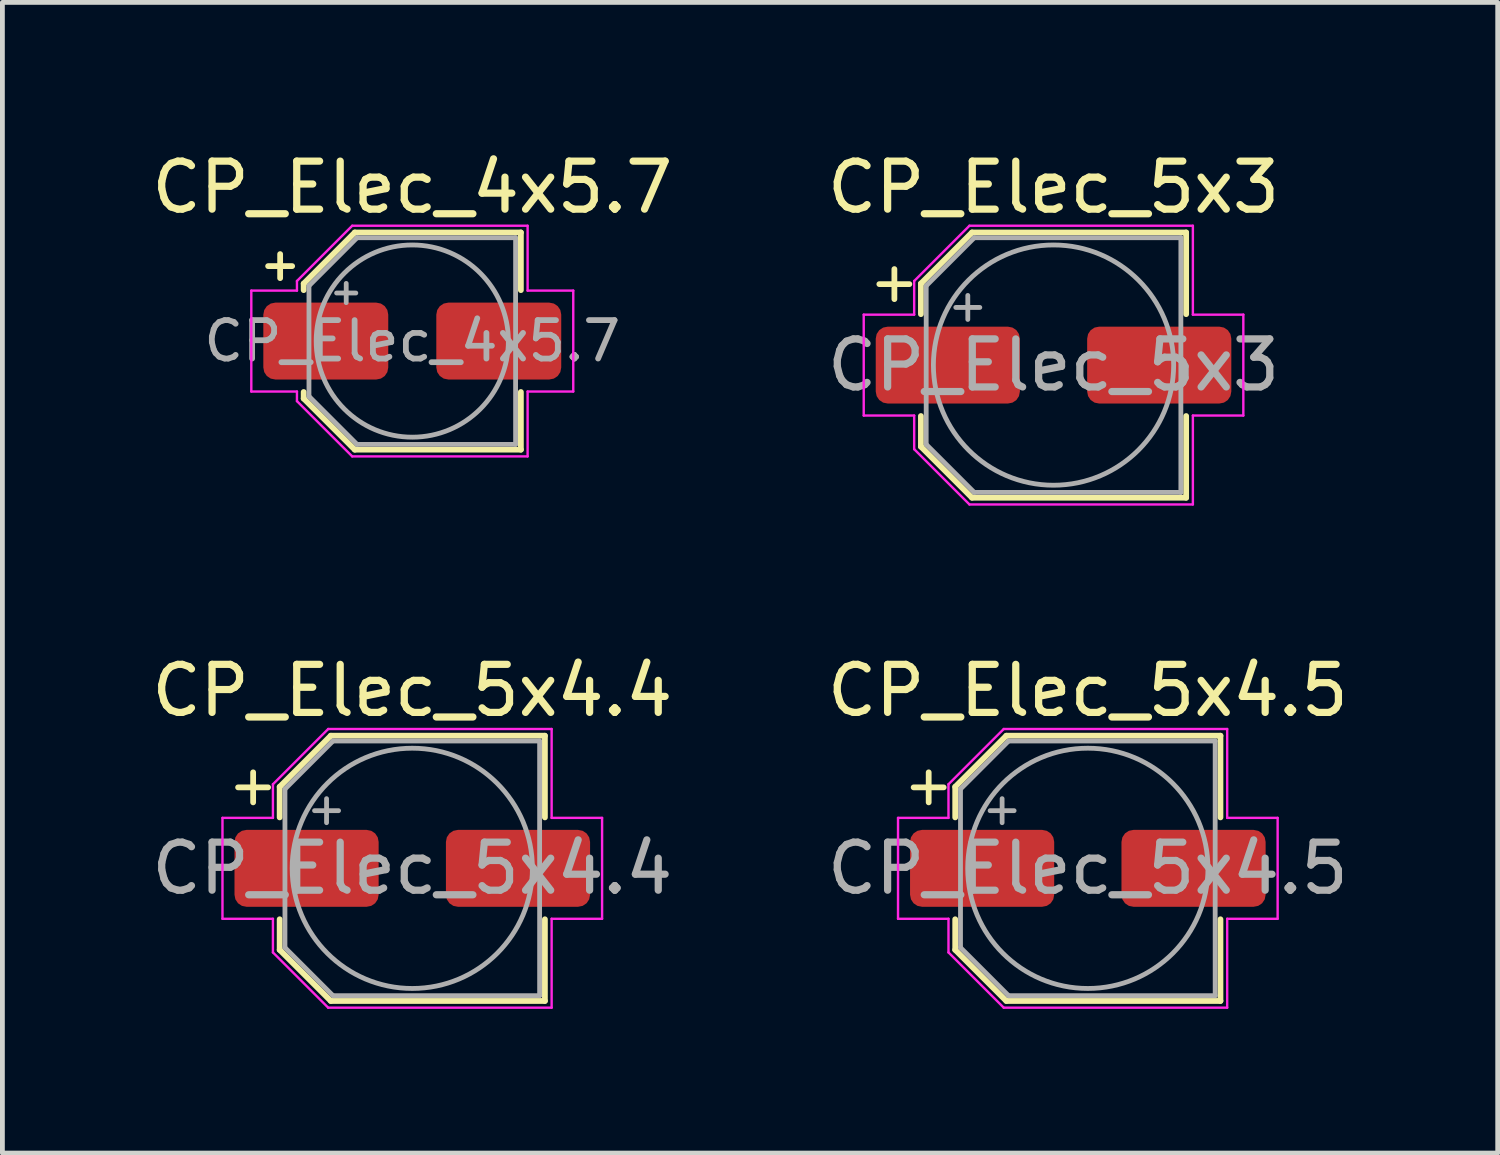
<source format=kicad_pcb>
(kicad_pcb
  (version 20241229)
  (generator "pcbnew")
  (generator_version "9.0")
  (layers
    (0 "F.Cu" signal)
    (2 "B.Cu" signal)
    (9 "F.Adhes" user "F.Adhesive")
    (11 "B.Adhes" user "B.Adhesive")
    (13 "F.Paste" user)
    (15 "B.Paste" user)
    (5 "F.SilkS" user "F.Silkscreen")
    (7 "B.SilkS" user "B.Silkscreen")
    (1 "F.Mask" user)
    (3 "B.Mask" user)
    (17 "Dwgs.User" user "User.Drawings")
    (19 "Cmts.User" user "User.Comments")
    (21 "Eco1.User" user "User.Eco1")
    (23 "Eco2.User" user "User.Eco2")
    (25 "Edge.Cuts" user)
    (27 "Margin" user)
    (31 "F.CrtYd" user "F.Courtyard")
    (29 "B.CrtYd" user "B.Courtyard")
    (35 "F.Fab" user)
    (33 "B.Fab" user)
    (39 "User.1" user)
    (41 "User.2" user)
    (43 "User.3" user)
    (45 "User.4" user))
  (footprint "CP_Elec_5x4.5"
    (layer "F.Cu")
    (at 19.589 15.021)
    (property "Reference" "CP_Elec_5x4.5" (at 0 -3.7 0) (layer "F.SilkS") (effects (font (size 1 1) (thickness 0.15))))
    (attr smd)
    (fp_line (start -3.625 -1.685) (end -3 -1.685) (stroke (width 0.12) (type solid)) (layer "F.SilkS"))
    (fp_line (start -3.312 -1.998) (end -3.312 -1.373) (stroke (width 0.12) (type solid)) (layer "F.SilkS"))
    (fp_line (start -2.76 -1.696) (end -2.76 -1.06) (stroke (width 0.12) (type solid)) (layer "F.SilkS"))
    (fp_line (start -2.76 -1.696) (end -1.696 -2.76) (stroke (width 0.12) (type solid)) (layer "F.SilkS"))
    (fp_line (start -2.76 1.696) (end -2.76 1.06) (stroke (width 0.12) (type solid)) (layer "F.SilkS"))
    (fp_line (start -2.76 1.696) (end -1.696 2.76) (stroke (width 0.12) (type solid)) (layer "F.SilkS"))
    (fp_line (start -1.696 -2.76) (end 2.76 -2.76) (stroke (width 0.12) (type solid)) (layer "F.SilkS"))
    (fp_line (start -1.696 2.76) (end 2.76 2.76) (stroke (width 0.12) (type solid)) (layer "F.SilkS"))
    (fp_line (start 2.76 -2.76) (end 2.76 -1.06) (stroke (width 0.12) (type solid)) (layer "F.SilkS"))
    (fp_line (start 2.76 2.76) (end 2.76 1.06) (stroke (width 0.12) (type solid)) (layer "F.SilkS"))
    (fp_line (start -3.95 -1.05) (end -3.95 1.05) (stroke (width 0.05) (type solid)) (layer "F.CrtYd"))
    (fp_line (start -3.95 1.05) (end -2.9 1.05) (stroke (width 0.05) (type solid)) (layer "F.CrtYd"))
    (fp_line (start -2.9 -1.75) (end -2.9 -1.05) (stroke (width 0.05) (type solid)) (layer "F.CrtYd"))
    (fp_line (start -2.9 -1.75) (end -1.75 -2.9) (stroke (width 0.05) (type solid)) (layer "F.CrtYd"))
    (fp_line (start -2.9 -1.05) (end -3.95 -1.05) (stroke (width 0.05) (type solid)) (layer "F.CrtYd"))
    (fp_line (start -2.9 1.05) (end -2.9 1.75) (stroke (width 0.05) (type solid)) (layer "F.CrtYd"))
    (fp_line (start -2.9 1.75) (end -1.75 2.9) (stroke (width 0.05) (type solid)) (layer "F.CrtYd"))
    (fp_line (start -1.75 -2.9) (end 2.9 -2.9) (stroke (width 0.05) (type solid)) (layer "F.CrtYd"))
    (fp_line (start -1.75 2.9) (end 2.9 2.9) (stroke (width 0.05) (type solid)) (layer "F.CrtYd"))
    (fp_line (start 2.9 -2.9) (end 2.9 -1.05) (stroke (width 0.05) (type solid)) (layer "F.CrtYd"))
    (fp_line (start 2.9 -1.05) (end 3.95 -1.05) (stroke (width 0.05) (type solid)) (layer "F.CrtYd"))
    (fp_line (start 2.9 1.05) (end 2.9 2.9) (stroke (width 0.05) (type solid)) (layer "F.CrtYd"))
    (fp_line (start 3.95 -1.05) (end 3.95 1.05) (stroke (width 0.05) (type solid)) (layer "F.CrtYd"))
    (fp_line (start 3.95 1.05) (end 2.9 1.05) (stroke (width 0.05) (type solid)) (layer "F.CrtYd"))
    (fp_line (start -2.65 -1.65) (end -2.65 1.65) (stroke (width 0.1) (type solid)) (layer "F.Fab"))
    (fp_line (start -2.65 -1.65) (end -1.65 -2.65) (stroke (width 0.1) (type solid)) (layer "F.Fab"))
    (fp_line (start -2.65 1.65) (end -1.65 2.65) (stroke (width 0.1) (type solid)) (layer "F.Fab"))
    (fp_line (start -2.034 -1.2) (end -1.534 -1.2) (stroke (width 0.1) (type solid)) (layer "F.Fab"))
    (fp_line (start -1.784 -1.45) (end -1.784 -0.95) (stroke (width 0.1) (type solid)) (layer "F.Fab"))
    (fp_line (start -1.65 -2.65) (end 2.65 -2.65) (stroke (width 0.1) (type solid)) (layer "F.Fab"))
    (fp_line (start -1.65 2.65) (end 2.65 2.65) (stroke (width 0.1) (type solid)) (layer "F.Fab"))
    (fp_line (start 2.65 -2.65) (end 2.65 2.65) (stroke (width 0.1) (type solid)) (layer "F.Fab"))
    (fp_circle (center 0 0) (end 2.5 0) (stroke (width 0.1) (type solid)) (fill no) (layer "F.Fab"))
    (fp_text user "${REFERENCE}" (at 0 0 0) (layer "F.Fab") (effects (font (size 1 1) (thickness 0.15))))
    (pad "1" smd roundrect (at -2.2 0) (size 3 1.6) (layers "F.Cu" "F.Mask" "F.Paste") (roundrect_rratio 0.156))
    (pad "2" smd roundrect (at 2.2 0) (size 3 1.6) (layers "F.Cu" "F.Mask" "F.Paste") (roundrect_rratio 0.156)))
  (footprint "CP_Elec_5x3"
    (layer "F.Cu")
    (at 18.875 4.548)
    (property "Reference" "CP_Elec_5x3" (at 0 -3.7 0) (layer "F.SilkS") (effects (font (size 1 1) (thickness 0.15))))
    (attr smd)
    (fp_line (start -3.625 -1.685) (end -3 -1.685) (stroke (width 0.12) (type solid)) (layer "F.SilkS"))
    (fp_line (start -3.312 -1.998) (end -3.312 -1.373) (stroke (width 0.12) (type solid)) (layer "F.SilkS"))
    (fp_line (start -2.76 -1.696) (end -2.76 -1.06) (stroke (width 0.12) (type solid)) (layer "F.SilkS"))
    (fp_line (start -2.76 -1.696) (end -1.696 -2.76) (stroke (width 0.12) (type solid)) (layer "F.SilkS"))
    (fp_line (start -2.76 1.696) (end -2.76 1.06) (stroke (width 0.12) (type solid)) (layer "F.SilkS"))
    (fp_line (start -2.76 1.696) (end -1.696 2.76) (stroke (width 0.12) (type solid)) (layer "F.SilkS"))
    (fp_line (start -1.696 -2.76) (end 2.76 -2.76) (stroke (width 0.12) (type solid)) (layer "F.SilkS"))
    (fp_line (start -1.696 2.76) (end 2.76 2.76) (stroke (width 0.12) (type solid)) (layer "F.SilkS"))
    (fp_line (start 2.76 -2.76) (end 2.76 -1.06) (stroke (width 0.12) (type solid)) (layer "F.SilkS"))
    (fp_line (start 2.76 2.76) (end 2.76 1.06) (stroke (width 0.12) (type solid)) (layer "F.SilkS"))
    (fp_line (start -3.95 -1.05) (end -3.95 1.05) (stroke (width 0.05) (type solid)) (layer "F.CrtYd"))
    (fp_line (start -3.95 1.05) (end -2.9 1.05) (stroke (width 0.05) (type solid)) (layer "F.CrtYd"))
    (fp_line (start -2.9 -1.75) (end -2.9 -1.05) (stroke (width 0.05) (type solid)) (layer "F.CrtYd"))
    (fp_line (start -2.9 -1.75) (end -1.75 -2.9) (stroke (width 0.05) (type solid)) (layer "F.CrtYd"))
    (fp_line (start -2.9 -1.05) (end -3.95 -1.05) (stroke (width 0.05) (type solid)) (layer "F.CrtYd"))
    (fp_line (start -2.9 1.05) (end -2.9 1.75) (stroke (width 0.05) (type solid)) (layer "F.CrtYd"))
    (fp_line (start -2.9 1.75) (end -1.75 2.9) (stroke (width 0.05) (type solid)) (layer "F.CrtYd"))
    (fp_line (start -1.75 -2.9) (end 2.9 -2.9) (stroke (width 0.05) (type solid)) (layer "F.CrtYd"))
    (fp_line (start -1.75 2.9) (end 2.9 2.9) (stroke (width 0.05) (type solid)) (layer "F.CrtYd"))
    (fp_line (start 2.9 -2.9) (end 2.9 -1.05) (stroke (width 0.05) (type solid)) (layer "F.CrtYd"))
    (fp_line (start 2.9 -1.05) (end 3.95 -1.05) (stroke (width 0.05) (type solid)) (layer "F.CrtYd"))
    (fp_line (start 2.9 1.05) (end 2.9 2.9) (stroke (width 0.05) (type solid)) (layer "F.CrtYd"))
    (fp_line (start 3.95 -1.05) (end 3.95 1.05) (stroke (width 0.05) (type solid)) (layer "F.CrtYd"))
    (fp_line (start 3.95 1.05) (end 2.9 1.05) (stroke (width 0.05) (type solid)) (layer "F.CrtYd"))
    (fp_line (start -2.65 -1.65) (end -2.65 1.65) (stroke (width 0.1) (type solid)) (layer "F.Fab"))
    (fp_line (start -2.65 -1.65) (end -1.65 -2.65) (stroke (width 0.1) (type solid)) (layer "F.Fab"))
    (fp_line (start -2.65 1.65) (end -1.65 2.65) (stroke (width 0.1) (type solid)) (layer "F.Fab"))
    (fp_line (start -2.034 -1.2) (end -1.534 -1.2) (stroke (width 0.1) (type solid)) (layer "F.Fab"))
    (fp_line (start -1.784 -1.45) (end -1.784 -0.95) (stroke (width 0.1) (type solid)) (layer "F.Fab"))
    (fp_line (start -1.65 -2.65) (end 2.65 -2.65) (stroke (width 0.1) (type solid)) (layer "F.Fab"))
    (fp_line (start -1.65 2.65) (end 2.65 2.65) (stroke (width 0.1) (type solid)) (layer "F.Fab"))
    (fp_line (start 2.65 -2.65) (end 2.65 2.65) (stroke (width 0.1) (type solid)) (layer "F.Fab"))
    (fp_circle (center 0 0) (end 2.5 0) (stroke (width 0.1) (type solid)) (fill no) (layer "F.Fab"))
    (fp_text user "${REFERENCE}" (at 0 0 0) (layer "F.Fab") (effects (font (size 1 1) (thickness 0.15))))
    (pad "1" smd roundrect (at -2.2 0) (size 3 1.6) (layers "F.Cu" "F.Mask" "F.Paste") (roundrect_rratio 0.156))
    (pad "2" smd roundrect (at 2.2 0) (size 3 1.6) (layers "F.Cu" "F.Mask" "F.Paste") (roundrect_rratio 0.156)))
  (footprint "CP_Elec_4x5.7"
    (layer "F.Cu")
    (at 5.53 4.048)
    (property "Reference" "CP_Elec_4x5.7" (at 0 -3.2 0) (layer "F.SilkS") (effects (font (size 1 1) (thickness 0.15))))
    (attr smd)
    (fp_line (start -3 -1.56) (end -2.5 -1.56) (stroke (width 0.12) (type solid)) (layer "F.SilkS"))
    (fp_line (start -2.75 -1.81) (end -2.75 -1.31) (stroke (width 0.12) (type solid)) (layer "F.SilkS"))
    (fp_line (start -2.26 -1.196) (end -2.26 -1.06) (stroke (width 0.12) (type solid)) (layer "F.SilkS"))
    (fp_line (start -2.26 -1.196) (end -1.196 -2.26) (stroke (width 0.12) (type solid)) (layer "F.SilkS"))
    (fp_line (start -2.26 1.196) (end -2.26 1.06) (stroke (width 0.12) (type solid)) (layer "F.SilkS"))
    (fp_line (start -2.26 1.196) (end -1.196 2.26) (stroke (width 0.12) (type solid)) (layer "F.SilkS"))
    (fp_line (start -1.196 -2.26) (end 2.26 -2.26) (stroke (width 0.12) (type solid)) (layer "F.SilkS"))
    (fp_line (start -1.196 2.26) (end 2.26 2.26) (stroke (width 0.12) (type solid)) (layer "F.SilkS"))
    (fp_line (start 2.26 -2.26) (end 2.26 -1.06) (stroke (width 0.12) (type solid)) (layer "F.SilkS"))
    (fp_line (start 2.26 2.26) (end 2.26 1.06) (stroke (width 0.12) (type solid)) (layer "F.SilkS"))
    (fp_line (start -3.35 -1.05) (end -3.35 1.05) (stroke (width 0.05) (type solid)) (layer "F.CrtYd"))
    (fp_line (start -3.35 1.05) (end -2.4 1.05) (stroke (width 0.05) (type solid)) (layer "F.CrtYd"))
    (fp_line (start -2.4 -1.25) (end -2.4 -1.05) (stroke (width 0.05) (type solid)) (layer "F.CrtYd"))
    (fp_line (start -2.4 -1.25) (end -1.25 -2.4) (stroke (width 0.05) (type solid)) (layer "F.CrtYd"))
    (fp_line (start -2.4 -1.05) (end -3.35 -1.05) (stroke (width 0.05) (type solid)) (layer "F.CrtYd"))
    (fp_line (start -2.4 1.05) (end -2.4 1.25) (stroke (width 0.05) (type solid)) (layer "F.CrtYd"))
    (fp_line (start -2.4 1.25) (end -1.25 2.4) (stroke (width 0.05) (type solid)) (layer "F.CrtYd"))
    (fp_line (start -1.25 -2.4) (end 2.4 -2.4) (stroke (width 0.05) (type solid)) (layer "F.CrtYd"))
    (fp_line (start -1.25 2.4) (end 2.4 2.4) (stroke (width 0.05) (type solid)) (layer "F.CrtYd"))
    (fp_line (start 2.4 -2.4) (end 2.4 -1.05) (stroke (width 0.05) (type solid)) (layer "F.CrtYd"))
    (fp_line (start 2.4 -1.05) (end 3.35 -1.05) (stroke (width 0.05) (type solid)) (layer "F.CrtYd"))
    (fp_line (start 2.4 1.05) (end 2.4 2.4) (stroke (width 0.05) (type solid)) (layer "F.CrtYd"))
    (fp_line (start 3.35 -1.05) (end 3.35 1.05) (stroke (width 0.05) (type solid)) (layer "F.CrtYd"))
    (fp_line (start 3.35 1.05) (end 2.4 1.05) (stroke (width 0.05) (type solid)) (layer "F.CrtYd"))
    (fp_line (start -2.15 -1.15) (end -2.15 1.15) (stroke (width 0.1) (type solid)) (layer "F.Fab"))
    (fp_line (start -2.15 -1.15) (end -1.15 -2.15) (stroke (width 0.1) (type solid)) (layer "F.Fab"))
    (fp_line (start -2.15 1.15) (end -1.15 2.15) (stroke (width 0.1) (type solid)) (layer "F.Fab"))
    (fp_line (start -1.575 -1) (end -1.175 -1) (stroke (width 0.1) (type solid)) (layer "F.Fab"))
    (fp_line (start -1.375 -1.2) (end -1.375 -0.8) (stroke (width 0.1) (type solid)) (layer "F.Fab"))
    (fp_line (start -1.15 -2.15) (end 2.15 -2.15) (stroke (width 0.1) (type solid)) (layer "F.Fab"))
    (fp_line (start -1.15 2.15) (end 2.15 2.15) (stroke (width 0.1) (type solid)) (layer "F.Fab"))
    (fp_line (start 2.15 -2.15) (end 2.15 2.15) (stroke (width 0.1) (type solid)) (layer "F.Fab"))
    (fp_circle (center 0 0) (end 2 0) (stroke (width 0.1) (type solid)) (fill no) (layer "F.Fab"))
    (fp_text user "${REFERENCE}" (at 0 0 0) (layer "F.Fab") (effects (font (size 0.8 0.8) (thickness 0.12))))
    (pad "1" smd roundrect (at -1.8 0) (size 2.6 1.6) (layers "F.Cu" "F.Mask" "F.Paste") (roundrect_rratio 0.156))
    (pad "2" smd roundrect (at 1.8 0) (size 2.6 1.6) (layers "F.Cu" "F.Mask" "F.Paste") (roundrect_rratio 0.156)))
  (footprint "CP_Elec_5x4.4"
    (layer "F.Cu")
    (at 5.53 15.021)
    (property "Reference" "CP_Elec_5x4.4" (at 0 -3.7 0) (layer "F.SilkS") (effects (font (size 1 1) (thickness 0.15))))
    (attr smd)
    (fp_line (start -3.625 -1.685) (end -3 -1.685) (stroke (width 0.12) (type solid)) (layer "F.SilkS"))
    (fp_line (start -3.312 -1.998) (end -3.312 -1.373) (stroke (width 0.12) (type solid)) (layer "F.SilkS"))
    (fp_line (start -2.76 -1.696) (end -2.76 -1.06) (stroke (width 0.12) (type solid)) (layer "F.SilkS"))
    (fp_line (start -2.76 -1.696) (end -1.696 -2.76) (stroke (width 0.12) (type solid)) (layer "F.SilkS"))
    (fp_line (start -2.76 1.696) (end -2.76 1.06) (stroke (width 0.12) (type solid)) (layer "F.SilkS"))
    (fp_line (start -2.76 1.696) (end -1.696 2.76) (stroke (width 0.12) (type solid)) (layer "F.SilkS"))
    (fp_line (start -1.696 -2.76) (end 2.76 -2.76) (stroke (width 0.12) (type solid)) (layer "F.SilkS"))
    (fp_line (start -1.696 2.76) (end 2.76 2.76) (stroke (width 0.12) (type solid)) (layer "F.SilkS"))
    (fp_line (start 2.76 -2.76) (end 2.76 -1.06) (stroke (width 0.12) (type solid)) (layer "F.SilkS"))
    (fp_line (start 2.76 2.76) (end 2.76 1.06) (stroke (width 0.12) (type solid)) (layer "F.SilkS"))
    (fp_line (start -3.95 -1.05) (end -3.95 1.05) (stroke (width 0.05) (type solid)) (layer "F.CrtYd"))
    (fp_line (start -3.95 1.05) (end -2.9 1.05) (stroke (width 0.05) (type solid)) (layer "F.CrtYd"))
    (fp_line (start -2.9 -1.75) (end -2.9 -1.05) (stroke (width 0.05) (type solid)) (layer "F.CrtYd"))
    (fp_line (start -2.9 -1.75) (end -1.75 -2.9) (stroke (width 0.05) (type solid)) (layer "F.CrtYd"))
    (fp_line (start -2.9 -1.05) (end -3.95 -1.05) (stroke (width 0.05) (type solid)) (layer "F.CrtYd"))
    (fp_line (start -2.9 1.05) (end -2.9 1.75) (stroke (width 0.05) (type solid)) (layer "F.CrtYd"))
    (fp_line (start -2.9 1.75) (end -1.75 2.9) (stroke (width 0.05) (type solid)) (layer "F.CrtYd"))
    (fp_line (start -1.75 -2.9) (end 2.9 -2.9) (stroke (width 0.05) (type solid)) (layer "F.CrtYd"))
    (fp_line (start -1.75 2.9) (end 2.9 2.9) (stroke (width 0.05) (type solid)) (layer "F.CrtYd"))
    (fp_line (start 2.9 -2.9) (end 2.9 -1.05) (stroke (width 0.05) (type solid)) (layer "F.CrtYd"))
    (fp_line (start 2.9 -1.05) (end 3.95 -1.05) (stroke (width 0.05) (type solid)) (layer "F.CrtYd"))
    (fp_line (start 2.9 1.05) (end 2.9 2.9) (stroke (width 0.05) (type solid)) (layer "F.CrtYd"))
    (fp_line (start 3.95 -1.05) (end 3.95 1.05) (stroke (width 0.05) (type solid)) (layer "F.CrtYd"))
    (fp_line (start 3.95 1.05) (end 2.9 1.05) (stroke (width 0.05) (type solid)) (layer "F.CrtYd"))
    (fp_line (start -2.65 -1.65) (end -2.65 1.65) (stroke (width 0.1) (type solid)) (layer "F.Fab"))
    (fp_line (start -2.65 -1.65) (end -1.65 -2.65) (stroke (width 0.1) (type solid)) (layer "F.Fab"))
    (fp_line (start -2.65 1.65) (end -1.65 2.65) (stroke (width 0.1) (type solid)) (layer "F.Fab"))
    (fp_line (start -2.034 -1.2) (end -1.534 -1.2) (stroke (width 0.1) (type solid)) (layer "F.Fab"))
    (fp_line (start -1.784 -1.45) (end -1.784 -0.95) (stroke (width 0.1) (type solid)) (layer "F.Fab"))
    (fp_line (start -1.65 -2.65) (end 2.65 -2.65) (stroke (width 0.1) (type solid)) (layer "F.Fab"))
    (fp_line (start -1.65 2.65) (end 2.65 2.65) (stroke (width 0.1) (type solid)) (layer "F.Fab"))
    (fp_line (start 2.65 -2.65) (end 2.65 2.65) (stroke (width 0.1) (type solid)) (layer "F.Fab"))
    (fp_circle (center 0 0) (end 2.5 0) (stroke (width 0.1) (type solid)) (fill no) (layer "F.Fab"))
    (fp_text user "${REFERENCE}" (at 0 0 0) (layer "F.Fab") (effects (font (size 1 1) (thickness 0.15))))
    (pad "1" smd roundrect (at -2.2 0) (size 3 1.6) (layers "F.Cu" "F.Mask" "F.Paste") (roundrect_rratio 0.156))
    (pad "2" smd roundrect (at 2.2 0) (size 3 1.6) (layers "F.Cu" "F.Mask" "F.Paste") (roundrect_rratio 0.156)))
  (gr_rect
    (start -3 -3)
    (end 28.119 20.947)
    (stroke (width 0.1) (type default))
    (fill no)
    (layer "Edge.Cuts")))
</source>
